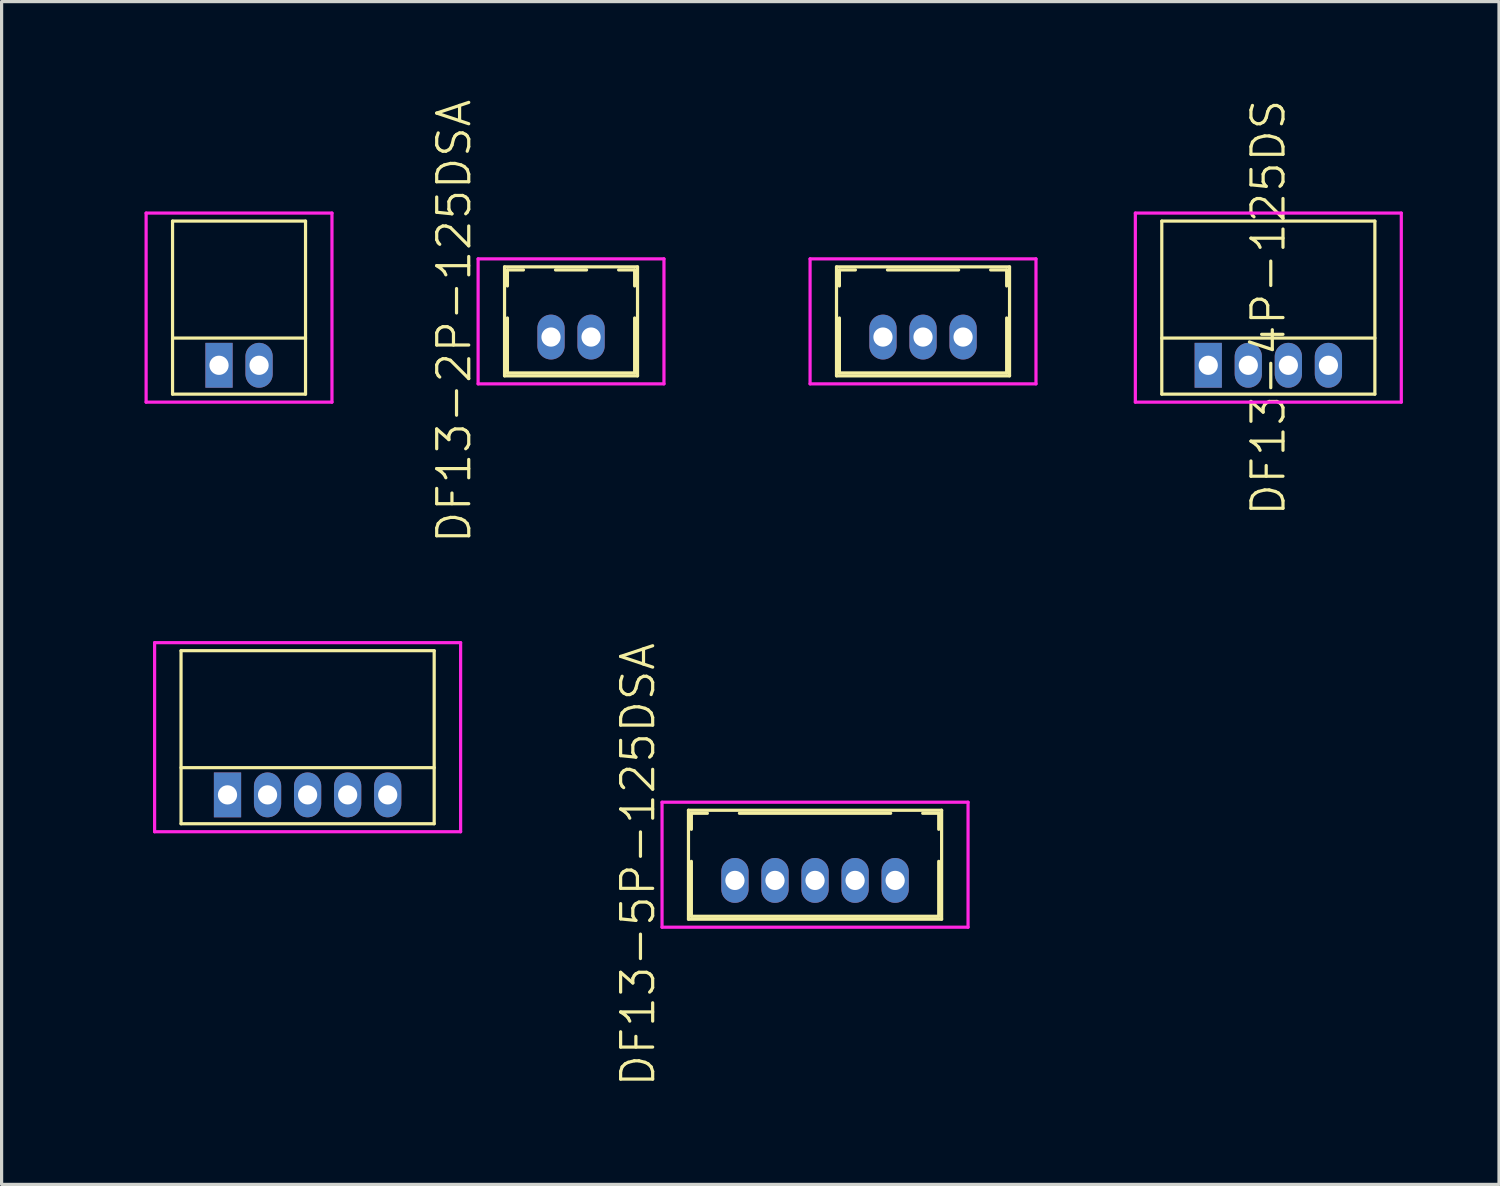
<source format=kicad_pcb>
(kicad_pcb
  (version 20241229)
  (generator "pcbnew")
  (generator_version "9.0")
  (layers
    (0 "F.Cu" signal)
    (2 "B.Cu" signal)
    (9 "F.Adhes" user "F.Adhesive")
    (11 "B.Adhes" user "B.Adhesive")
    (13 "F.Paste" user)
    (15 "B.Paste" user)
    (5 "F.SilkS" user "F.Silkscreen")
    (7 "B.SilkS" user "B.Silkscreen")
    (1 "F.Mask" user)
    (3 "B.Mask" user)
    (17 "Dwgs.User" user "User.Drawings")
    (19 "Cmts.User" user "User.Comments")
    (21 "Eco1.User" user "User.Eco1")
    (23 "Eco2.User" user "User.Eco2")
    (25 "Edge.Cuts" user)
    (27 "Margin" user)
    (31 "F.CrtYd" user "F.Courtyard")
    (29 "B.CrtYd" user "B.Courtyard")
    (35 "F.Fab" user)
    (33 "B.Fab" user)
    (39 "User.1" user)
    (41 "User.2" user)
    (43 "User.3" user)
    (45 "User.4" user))
  (footprint "DF13-5P-125DS"
    (layer "F.Cu")
    (at 6.55 21.757)
    (property "Reference" "DF13-5P-125DS" (at 0 -1.8 0) (layer "User.1") (effects (font (size 1 1) (thickness 0.1))))
    (attr through_hole)
    (fp_line (start -3.95 -4.5) (end -3.95 0.9) (stroke (width 0.1) (type solid)) (layer "F.SilkS"))
    (fp_line (start -3.95 -4.5) (end 3.95 -4.5) (stroke (width 0.1) (type solid)) (layer "F.SilkS"))
    (fp_line (start -3.95 -0.85) (end 3.95 -0.85) (stroke (width 0.1) (type solid)) (layer "F.SilkS"))
    (fp_line (start -3.95 0.9) (end 3.95 0.9) (stroke (width 0.1) (type solid)) (layer "F.SilkS"))
    (fp_line (start 3.95 -4.5) (end 3.95 0.9) (stroke (width 0.1) (type solid)) (layer "F.SilkS"))
    (fp_line (start -4.775 -4.75) (end -4.775 1.15) (stroke (width 0.1) (type solid)) (layer "F.CrtYd"))
    (fp_line (start -4.775 1.15) (end 4.775 1.15) (stroke (width 0.1) (type solid)) (layer "F.CrtYd"))
    (fp_line (start 4.775 -4.75) (end -4.775 -4.75) (stroke (width 0.1) (type solid)) (layer "F.CrtYd"))
    (fp_line (start 4.775 1.15) (end 4.775 -4.75) (stroke (width 0.1) (type solid)) (layer "F.CrtYd"))
    (pad "1" thru_hole rect (at -2.5 0) (size 0.85 1.4) (drill 0.6) (layers "*.Cu" "*.Mask"))
    (pad "2" thru_hole oval (at -1.25 0) (size 0.85 1.4) (drill 0.6) (layers "*.Cu" "*.Mask"))
    (pad "3" thru_hole oval (at 0 0) (size 0.85 1.4) (drill 0.6) (layers "*.Cu" "*.Mask"))
    (pad "4" thru_hole oval (at 1.25 0) (size 0.85 1.4) (drill 0.6) (layers "*.Cu" "*.Mask"))
    (pad "5" thru_hole oval (at 2.5 0) (size 0.85 1.4) (drill 0.6) (layers "*.Cu" "*.Mask")))
  (footprint "DF13-5P-125DSA"
    (layer "F.Cu")
    (at 22.386 24.426)
    (property "Reference" "DF13-5P-125DSA" (at -5.525 -0.49 90) (layer "F.SilkS") (effects (font (size 1 1) (thickness 0.1))))
    (attr through_hole)
    (fp_line (start -3.95 -2.19) (end -3.95 1.21) (stroke (width 0.1) (type solid)) (layer "F.SilkS"))
    (fp_line (start -3.95 -2.19) (end 3.95 -2.19) (stroke (width 0.1) (type solid)) (layer "F.SilkS"))
    (fp_line (start -3.95 1.21) (end 3.95 1.21) (stroke (width 0.1) (type solid)) (layer "F.SilkS"))
    (fp_line (start -3.86 -2.095) (end -3.86 -1.595) (stroke (width 0.1) (type solid)) (layer "F.SilkS"))
    (fp_line (start -3.86 -2.095) (end -3.36 -2.095) (stroke (width 0.1) (type solid)) (layer "F.SilkS"))
    (fp_line (start -3.86 -0.595) (end -3.86 1.12) (stroke (width 0.1) (type solid)) (layer "F.SilkS"))
    (fp_line (start -3.86 1.12) (end 3.86 1.12) (stroke (width 0.1) (type solid)) (layer "F.SilkS"))
    (fp_line (start -2.36 -2.095) (end 2.36 -2.095) (stroke (width 0.1) (type solid)) (layer "F.SilkS"))
    (fp_line (start 3.36 -2.095) (end 3.86 -2.095) (stroke (width 0.1) (type solid)) (layer "F.SilkS"))
    (fp_line (start 3.86 -2.095) (end 3.86 -1.595) (stroke (width 0.1) (type solid)) (layer "F.SilkS"))
    (fp_line (start 3.86 -0.595) (end 3.86 1.12) (stroke (width 0.1) (type solid)) (layer "F.SilkS"))
    (fp_line (start 3.95 -2.19) (end 3.95 1.21) (stroke (width 0.1) (type solid)) (layer "F.SilkS"))
    (fp_line (start -4.775 -2.44) (end -4.775 1.46) (stroke (width 0.1) (type solid)) (layer "F.CrtYd"))
    (fp_line (start -4.775 1.46) (end 4.775 1.46) (stroke (width 0.1) (type solid)) (layer "F.CrtYd"))
    (fp_line (start 4.775 -2.44) (end -4.775 -2.44) (stroke (width 0.1) (type solid)) (layer "F.CrtYd"))
    (fp_line (start 4.775 1.46) (end 4.775 -2.44) (stroke (width 0.1) (type solid)) (layer "F.CrtYd"))
    (pad "1" thru_hole oval (at -2.5 0) (size 0.85 1.4) (drill 0.6) (layers "*.Cu" "*.Mask"))
    (pad "2" thru_hole oval (at -1.25 0) (size 0.85 1.4) (drill 0.6) (layers "*.Cu" "*.Mask"))
    (pad "3" thru_hole oval (at 0 0) (size 0.85 1.4) (drill 0.6) (layers "*.Cu" "*.Mask"))
    (pad "4" thru_hole oval (at 1.25 0) (size 0.85 1.4) (drill 0.6) (layers "*.Cu" "*.Mask"))
    (pad "5" thru_hole oval (at 2.5 0) (size 0.85 1.4) (drill 0.6) (layers "*.Cu" "*.Mask")))
  (footprint "DF13-2P-125DSA"
    (layer "F.Cu")
    (at 14.771 7.469)
    (property "Reference" "DF13-2P-125DSA" (at -3.65 -0.49 90) (layer "F.SilkS") (effects (font (size 1 1) (thickness 0.1))))
    (attr through_hole)
    (fp_line (start -2.075 -2.19) (end -2.075 1.21) (stroke (width 0.1) (type solid)) (layer "F.SilkS"))
    (fp_line (start -2.075 -2.19) (end 2.075 -2.19) (stroke (width 0.1) (type solid)) (layer "F.SilkS"))
    (fp_line (start -2.075 1.21) (end 2.075 1.21) (stroke (width 0.1) (type solid)) (layer "F.SilkS"))
    (fp_line (start -1.985 -2.095) (end -1.985 -1.595) (stroke (width 0.1) (type solid)) (layer "F.SilkS"))
    (fp_line (start -1.985 -2.095) (end -1.485 -2.095) (stroke (width 0.1) (type solid)) (layer "F.SilkS"))
    (fp_line (start -1.985 -0.595) (end -1.985 1.12) (stroke (width 0.1) (type solid)) (layer "F.SilkS"))
    (fp_line (start -1.985 1.12) (end 1.985 1.12) (stroke (width 0.1) (type solid)) (layer "F.SilkS"))
    (fp_line (start -0.485 -2.095) (end 0.485 -2.095) (stroke (width 0.1) (type solid)) (layer "F.SilkS"))
    (fp_line (start 1.485 -2.095) (end 1.985 -2.095) (stroke (width 0.1) (type solid)) (layer "F.SilkS"))
    (fp_line (start 1.985 -2.095) (end 1.985 -1.595) (stroke (width 0.1) (type solid)) (layer "F.SilkS"))
    (fp_line (start 1.985 -0.595) (end 1.985 1.12) (stroke (width 0.1) (type solid)) (layer "F.SilkS"))
    (fp_line (start 2.075 -2.19) (end 2.075 1.21) (stroke (width 0.1) (type solid)) (layer "F.SilkS"))
    (fp_line (start -2.9 -2.44) (end -2.9 1.46) (stroke (width 0.1) (type solid)) (layer "F.CrtYd"))
    (fp_line (start -2.9 1.46) (end 2.9 1.46) (stroke (width 0.1) (type solid)) (layer "F.CrtYd"))
    (fp_line (start 2.9 -2.44) (end -2.9 -2.44) (stroke (width 0.1) (type solid)) (layer "F.CrtYd"))
    (fp_line (start 2.9 1.46) (end 2.9 -2.44) (stroke (width 0.1) (type solid)) (layer "F.CrtYd"))
    (pad "1" thru_hole oval (at -0.625 0) (size 0.85 1.4) (drill 0.6) (layers "*.Cu" "*.Mask"))
    (pad "2" thru_hole oval (at 0.625 0) (size 0.85 1.4) (drill 0.6) (layers "*.Cu" "*.Mask")))
  (footprint "DF13-4P-125DS"
    (layer "F.Cu")
    (at 36.532 8.35)
    (property "Reference" "DF13-4P-125DS" (at 0 -1.8 90) (layer "F.SilkS") (effects (font (size 1 1) (thickness 0.1))))
    (attr through_hole)
    (fp_line (start -3.325 -4.5) (end -3.325 0.9) (stroke (width 0.1) (type solid)) (layer "F.SilkS"))
    (fp_line (start -3.325 -4.5) (end 3.325 -4.5) (stroke (width 0.1) (type solid)) (layer "F.SilkS"))
    (fp_line (start -3.325 -0.85) (end 3.325 -0.85) (stroke (width 0.1) (type solid)) (layer "F.SilkS"))
    (fp_line (start -3.325 0.9) (end 3.325 0.9) (stroke (width 0.1) (type solid)) (layer "F.SilkS"))
    (fp_line (start 3.325 -4.5) (end 3.325 0.9) (stroke (width 0.1) (type solid)) (layer "F.SilkS"))
    (fp_line (start -4.15 -4.75) (end -4.15 1.15) (stroke (width 0.1) (type solid)) (layer "F.CrtYd"))
    (fp_line (start -4.15 1.15) (end 4.15 1.15) (stroke (width 0.1) (type solid)) (layer "F.CrtYd"))
    (fp_line (start 4.15 -4.75) (end -4.15 -4.75) (stroke (width 0.1) (type solid)) (layer "F.CrtYd"))
    (fp_line (start 4.15 1.15) (end 4.15 -4.75) (stroke (width 0.1) (type solid)) (layer "F.CrtYd"))
    (pad "1" thru_hole rect (at -1.875 0) (size 0.85 1.4) (drill 0.6) (layers "*.Cu" "*.Mask"))
    (pad "2" thru_hole oval (at -0.625 0) (size 0.85 1.4) (drill 0.6) (layers "*.Cu" "*.Mask"))
    (pad "3" thru_hole oval (at 0.625 0) (size 0.85 1.4) (drill 0.6) (layers "*.Cu" "*.Mask"))
    (pad "4" thru_hole oval (at 1.875 0) (size 0.85 1.4) (drill 0.6) (layers "*.Cu" "*.Mask")))
  (footprint "DF13-3P-125DSA"
    (layer "F.Cu")
    (at 25.756 7.469)
    (property "Reference" "DF13-3P-125DSA" (at -4.275 -0.49 90) (layer "User.1") (effects (font (size 1 1) (thickness 0.1))))
    (attr through_hole)
    (fp_line (start -2.7 -2.19) (end -2.7 1.21) (stroke (width 0.1) (type solid)) (layer "F.SilkS"))
    (fp_line (start -2.7 -2.19) (end 2.7 -2.19) (stroke (width 0.1) (type solid)) (layer "F.SilkS"))
    (fp_line (start -2.7 1.21) (end 2.7 1.21) (stroke (width 0.1) (type solid)) (layer "F.SilkS"))
    (fp_line (start -2.61 -2.095) (end -2.61 -1.595) (stroke (width 0.1) (type solid)) (layer "F.SilkS"))
    (fp_line (start -2.61 -2.095) (end -2.11 -2.095) (stroke (width 0.1) (type solid)) (layer "F.SilkS"))
    (fp_line (start -2.61 -0.595) (end -2.61 1.12) (stroke (width 0.1) (type solid)) (layer "F.SilkS"))
    (fp_line (start -2.61 1.12) (end 2.61 1.12) (stroke (width 0.1) (type solid)) (layer "F.SilkS"))
    (fp_line (start -1.11 -2.095) (end 1.11 -2.095) (stroke (width 0.1) (type solid)) (layer "F.SilkS"))
    (fp_line (start 2.11 -2.095) (end 2.61 -2.095) (stroke (width 0.1) (type solid)) (layer "F.SilkS"))
    (fp_line (start 2.61 -2.095) (end 2.61 -1.595) (stroke (width 0.1) (type solid)) (layer "F.SilkS"))
    (fp_line (start 2.61 -0.595) (end 2.61 1.12) (stroke (width 0.1) (type solid)) (layer "F.SilkS"))
    (fp_line (start 2.7 -2.19) (end 2.7 1.21) (stroke (width 0.1) (type solid)) (layer "F.SilkS"))
    (fp_line (start -3.525 -2.44) (end -3.525 1.46) (stroke (width 0.1) (type solid)) (layer "F.CrtYd"))
    (fp_line (start -3.525 1.46) (end 3.525 1.46) (stroke (width 0.1) (type solid)) (layer "F.CrtYd"))
    (fp_line (start 3.525 -2.44) (end -3.525 -2.44) (stroke (width 0.1) (type solid)) (layer "F.CrtYd"))
    (fp_line (start 3.525 1.46) (end 3.525 -2.44) (stroke (width 0.1) (type solid)) (layer "F.CrtYd"))
    (pad "1" thru_hole oval (at -1.25 0) (size 0.85 1.4) (drill 0.6) (layers "*.Cu" "*.Mask"))
    (pad "2" thru_hole oval (at 0 0) (size 0.85 1.4) (drill 0.6) (layers "*.Cu" "*.Mask"))
    (pad "3" thru_hole oval (at 1.25 0) (size 0.85 1.4) (drill 0.6) (layers "*.Cu" "*.Mask")))
  (footprint "DF13-2P-125DS"
    (layer "F.Cu")
    (at 4.41 8.35)
    (property "Reference" "DF13-2P-125DS" (at -3.65 -1.8 90) (layer "User.1") (effects (font (size 1 1) (thickness 0.1))))
    (attr through_hole)
    (fp_line (start -2.075 -4.5) (end -2.075 0.9) (stroke (width 0.1) (type solid)) (layer "F.SilkS"))
    (fp_line (start -2.075 -4.5) (end 2.075 -4.5) (stroke (width 0.1) (type solid)) (layer "F.SilkS"))
    (fp_line (start -2.075 -0.85) (end 2.075 -0.85) (stroke (width 0.1) (type solid)) (layer "F.SilkS"))
    (fp_line (start -2.075 0.9) (end 2.075 0.9) (stroke (width 0.1) (type solid)) (layer "F.SilkS"))
    (fp_line (start 2.075 -4.5) (end 2.075 0.9) (stroke (width 0.1) (type solid)) (layer "F.SilkS"))
    (fp_line (start -2.9 -4.75) (end -2.9 1.15) (stroke (width 0.1) (type solid)) (layer "F.CrtYd"))
    (fp_line (start -2.9 1.15) (end 2.9 1.15) (stroke (width 0.1) (type solid)) (layer "F.CrtYd"))
    (fp_line (start 2.9 -4.75) (end -2.9 -4.75) (stroke (width 0.1) (type solid)) (layer "F.CrtYd"))
    (fp_line (start 2.9 1.15) (end 2.9 -4.75) (stroke (width 0.1) (type solid)) (layer "F.CrtYd"))
    (pad "1" thru_hole rect (at -0.625 0) (size 0.85 1.4) (drill 0.6) (layers "*.Cu" "*.Mask"))
    (pad "2" thru_hole oval (at 0.625 0) (size 0.85 1.4) (drill 0.6) (layers "*.Cu" "*.Mask")))
  (gr_rect
    (start -3 -3)
    (end 43.731 33.914)
    (stroke (width 0.1) (type default))
    (fill no)
    (layer "Edge.Cuts")))
</source>
